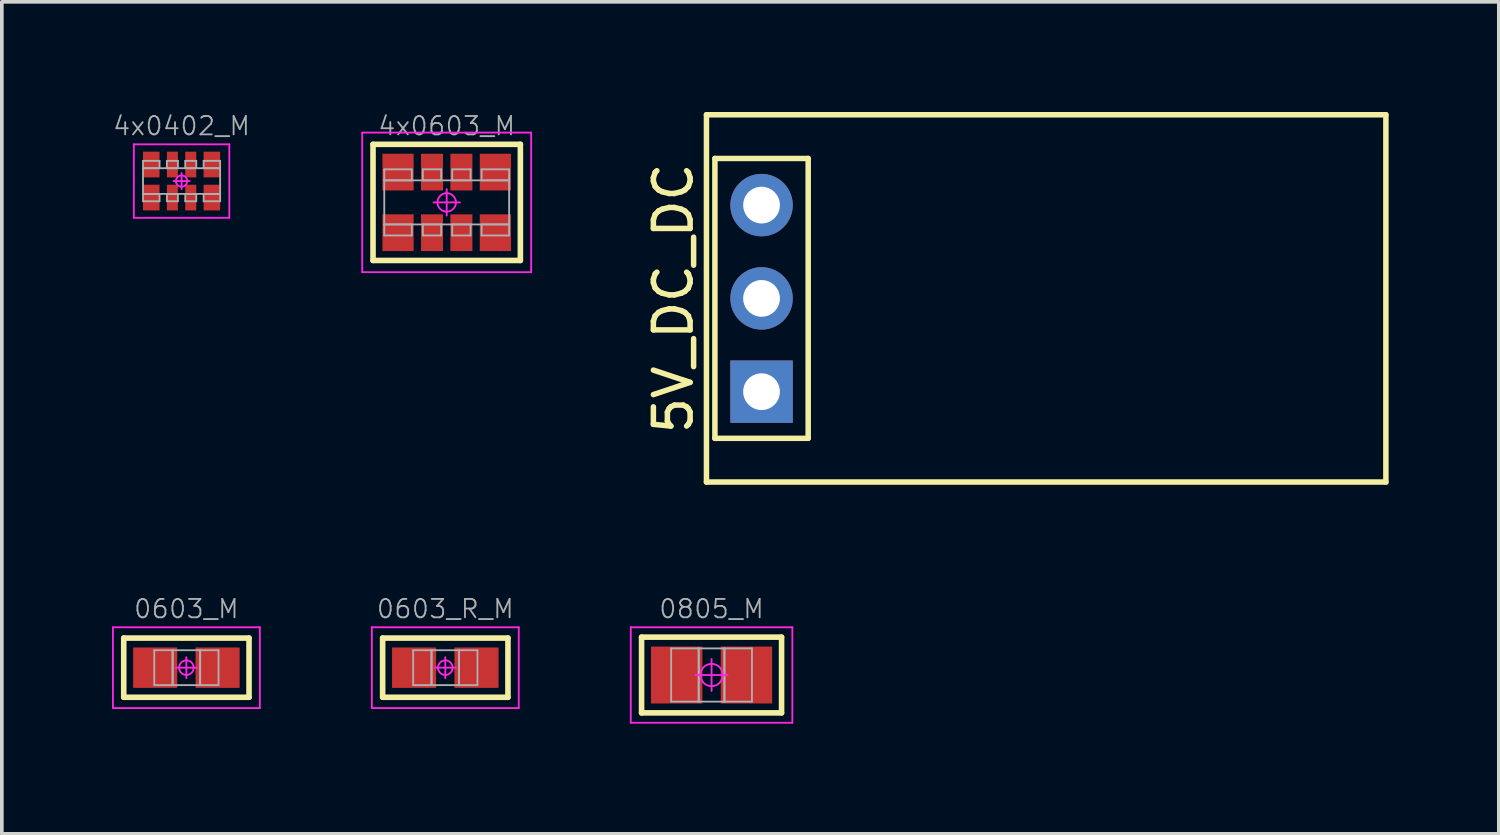
<source format=kicad_pcb>
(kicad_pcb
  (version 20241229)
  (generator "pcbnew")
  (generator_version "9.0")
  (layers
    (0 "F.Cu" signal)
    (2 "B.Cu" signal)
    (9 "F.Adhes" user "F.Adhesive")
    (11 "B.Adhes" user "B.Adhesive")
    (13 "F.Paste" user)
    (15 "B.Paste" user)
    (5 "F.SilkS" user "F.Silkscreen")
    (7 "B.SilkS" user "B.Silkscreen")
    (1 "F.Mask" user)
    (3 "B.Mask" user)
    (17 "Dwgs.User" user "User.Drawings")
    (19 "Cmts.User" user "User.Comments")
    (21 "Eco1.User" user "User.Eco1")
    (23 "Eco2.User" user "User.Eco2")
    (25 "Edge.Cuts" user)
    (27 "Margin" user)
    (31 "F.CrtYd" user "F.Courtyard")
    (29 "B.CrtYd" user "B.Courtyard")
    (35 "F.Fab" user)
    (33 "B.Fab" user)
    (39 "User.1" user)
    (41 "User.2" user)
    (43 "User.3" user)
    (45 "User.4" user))
  (footprint "5V_DC_DC"
    (layer "F.Cu")
    (at 17.686 5.075)
    (property "Reference" "5V_DC_DC" (at -2.4 0 90) (layer "F.SilkS") (effects (font (size 1 1) (thickness 0.15))))
    (attr through_hole)
    (fp_line (start -1.5 -5) (end -1.5 5) (stroke (width 0.15) (type solid)) (layer "F.SilkS"))
    (fp_line (start -1.5 5) (end 17 5) (stroke (width 0.15) (type solid)) (layer "F.SilkS"))
    (fp_line (start -1.27 -3.81) (end -1.27 3.81) (stroke (width 0.15) (type solid)) (layer "F.SilkS"))
    (fp_line (start -1.27 3.81) (end 1.27 3.81) (stroke (width 0.15) (type solid)) (layer "F.SilkS"))
    (fp_line (start 1.27 -3.81) (end -1.27 -3.81) (stroke (width 0.15) (type solid)) (layer "F.SilkS"))
    (fp_line (start 1.27 3.81) (end 1.27 -3.81) (stroke (width 0.15) (type solid)) (layer "F.SilkS"))
    (fp_line (start 17 -5) (end -1.5 -5) (stroke (width 0.15) (type solid)) (layer "F.SilkS"))
    (fp_line (start 17 5) (end 17 -5) (stroke (width 0.15) (type solid)) (layer "F.SilkS"))
    (pad "1" thru_hole rect (at 0 2.54) (size 1.7 1.7) (drill 1) (layers "*.Cu" "*.Mask"))
    (pad "2" thru_hole oval (at 0 0) (size 1.7 1.7) (drill 1) (layers "*.Cu" "*.Mask"))
    (pad "3" thru_hole oval (at 0 -2.54) (size 1.7 1.7) (drill 1) (layers "*.Cu" "*.Mask")))
  (footprint "0805_M"
    (layer "F.Cu")
    (at 16.325 15.33)
    (property "Reference" "0805_M" (at 0 -1.8 0) (layer "F.Fab") (effects (font (size 0.5 0.5) (thickness 0.05))))
    (attr through_hole)
    (fp_line (start -1.906 -1.031) (end 1.906 -1.031) (stroke (width 0.152) (type solid)) (layer "F.SilkS"))
    (fp_line (start -1.906 1.031) (end -1.906 -1.031) (stroke (width 0.152) (type solid)) (layer "F.SilkS"))
    (fp_line (start 1.906 -1.031) (end 1.906 1.031) (stroke (width 0.152) (type solid)) (layer "F.SilkS"))
    (fp_line (start 1.906 1.031) (end -1.906 1.031) (stroke (width 0.152) (type solid)) (layer "F.SilkS"))
    (fp_line (start -2.2 -1.3) (end 2.2 -1.3) (stroke (width 0.05) (type solid)) (layer "F.CrtYd"))
    (fp_line (start -2.2 1.3) (end -2.2 -1.3) (stroke (width 0.05) (type solid)) (layer "F.CrtYd"))
    (fp_line (start -0.435 0) (end 0.435 0) (stroke (width 0.05) (type solid)) (layer "F.CrtYd"))
    (fp_line (start 0 0.435) (end 0 -0.435) (stroke (width 0.05) (type solid)) (layer "F.CrtYd"))
    (fp_line (start 2.2 -1.3) (end 2.2 1.3) (stroke (width 0.05) (type solid)) (layer "F.CrtYd"))
    (fp_line (start 2.2 1.3) (end -2.2 1.3) (stroke (width 0.05) (type solid)) (layer "F.CrtYd"))
    (fp_circle (center 0 0) (end 0.304 0) (stroke (width 0.05) (type solid)) (fill no) (layer "F.CrtYd"))
    (fp_line (start -1.1 -0.725) (end -0.35 -0.725) (stroke (width 0.05) (type solid)) (layer "F.Fab"))
    (fp_line (start -1.1 0.725) (end -1.1 -0.725) (stroke (width 0.05) (type solid)) (layer "F.Fab"))
    (fp_line (start -0.35 -0.725) (end -0.35 0.725) (stroke (width 0.05) (type solid)) (layer "F.Fab"))
    (fp_line (start -0.35 -0.725) (end 0.35 -0.725) (stroke (width 0.05) (type solid)) (layer "F.Fab"))
    (fp_line (start -0.35 0.725) (end -1.1 0.725) (stroke (width 0.05) (type solid)) (layer "F.Fab"))
    (fp_line (start -0.35 0.725) (end -0.35 -0.725) (stroke (width 0.05) (type solid)) (layer "F.Fab"))
    (fp_line (start 0.35 -0.725) (end 0.35 0.725) (stroke (width 0.05) (type solid)) (layer "F.Fab"))
    (fp_line (start 0.35 -0.725) (end 1.1 -0.725) (stroke (width 0.05) (type solid)) (layer "F.Fab"))
    (fp_line (start 0.35 0.725) (end -0.35 0.725) (stroke (width 0.05) (type solid)) (layer "F.Fab"))
    (fp_line (start 0.35 0.725) (end 0.35 -0.725) (stroke (width 0.05) (type solid)) (layer "F.Fab"))
    (fp_line (start 1.1 -0.725) (end 1.1 0.725) (stroke (width 0.05) (type solid)) (layer "F.Fab"))
    (fp_line (start 1.1 0.725) (end 0.35 0.725) (stroke (width 0.05) (type solid)) (layer "F.Fab"))
    (pad "1" smd rect (at -0.95 0) (size 1.4 1.55) (layers "F.Cu" "F.Mask" "F.Paste"))
    (pad "2" smd rect (at 0.95 0) (size 1.4 1.55) (layers "F.Cu" "F.Mask" "F.Paste")))
  (footprint "0603_R_M"
    (layer "F.Cu")
    (at 9.075 15.13)
    (property "Reference" "0603_R_M" (at 0 -1.6 0) (layer "F.Fab") (effects (font (size 0.5 0.5) (thickness 0.05))))
    (attr through_hole)
    (fp_line (start -1.706 -0.806) (end 1.706 -0.806) (stroke (width 0.152) (type solid)) (layer "F.SilkS"))
    (fp_line (start -1.706 0.806) (end -1.706 -0.806) (stroke (width 0.152) (type solid)) (layer "F.SilkS"))
    (fp_line (start 1.706 -0.806) (end 1.706 0.806) (stroke (width 0.152) (type solid)) (layer "F.SilkS"))
    (fp_line (start 1.706 0.806) (end -1.706 0.806) (stroke (width 0.152) (type solid)) (layer "F.SilkS"))
    (fp_line (start -2 -1.1) (end 2 -1.1) (stroke (width 0.05) (type solid)) (layer "F.CrtYd"))
    (fp_line (start -2 1.1) (end -2 -1.1) (stroke (width 0.05) (type solid)) (layer "F.CrtYd"))
    (fp_line (start -0.285 0) (end 0.285 0) (stroke (width 0.05) (type solid)) (layer "F.CrtYd"))
    (fp_line (start 0 0.285) (end 0 -0.285) (stroke (width 0.05) (type solid)) (layer "F.CrtYd"))
    (fp_line (start 2 -1.1) (end 2 1.1) (stroke (width 0.05) (type solid)) (layer "F.CrtYd"))
    (fp_line (start 2 1.1) (end -2 1.1) (stroke (width 0.05) (type solid)) (layer "F.CrtYd"))
    (fp_circle (center 0 0) (end 0.199 0) (stroke (width 0.05) (type solid)) (fill no) (layer "F.CrtYd"))
    (fp_line (start -0.875 -0.475) (end -0.375 -0.475) (stroke (width 0.05) (type solid)) (layer "F.Fab"))
    (fp_line (start -0.875 0.475) (end -0.875 -0.475) (stroke (width 0.05) (type solid)) (layer "F.Fab"))
    (fp_line (start -0.375 -0.475) (end -0.375 0.475) (stroke (width 0.05) (type solid)) (layer "F.Fab"))
    (fp_line (start -0.375 -0.475) (end 0.375 -0.475) (stroke (width 0.05) (type solid)) (layer "F.Fab"))
    (fp_line (start -0.375 0.475) (end -0.875 0.475) (stroke (width 0.05) (type solid)) (layer "F.Fab"))
    (fp_line (start -0.375 0.475) (end -0.375 -0.475) (stroke (width 0.05) (type solid)) (layer "F.Fab"))
    (fp_line (start 0.375 -0.475) (end 0.375 0.475) (stroke (width 0.05) (type solid)) (layer "F.Fab"))
    (fp_line (start 0.375 -0.475) (end 0.875 -0.475) (stroke (width 0.05) (type solid)) (layer "F.Fab"))
    (fp_line (start 0.375 0.475) (end -0.375 0.475) (stroke (width 0.05) (type solid)) (layer "F.Fab"))
    (fp_line (start 0.375 0.475) (end 0.375 -0.475) (stroke (width 0.05) (type solid)) (layer "F.Fab"))
    (fp_line (start 0.875 -0.475) (end 0.875 0.475) (stroke (width 0.05) (type solid)) (layer "F.Fab"))
    (fp_line (start 0.875 0.475) (end 0.375 0.475) (stroke (width 0.05) (type solid)) (layer "F.Fab"))
    (pad "1" smd rect (at -0.85 0) (size 1.2 1.1) (layers "F.Cu" "F.Mask" "F.Paste"))
    (pad "2" smd rect (at 0.85 0) (size 1.2 1.1) (layers "F.Cu" "F.Mask" "F.Paste")))
  (footprint "4x0402_M"
    (layer "F.Cu")
    (at 1.894 1.88)
    (property "Reference" "4x0402_M" (at 0 -1.5 0) (layer "F.Fab") (effects (font (size 0.5 0.5) (thickness 0.05))))
    (attr through_hole)
    (fp_line (start -1.3 -1) (end 1.3 -1) (stroke (width 0.05) (type solid)) (layer "F.CrtYd"))
    (fp_line (start -1.3 1) (end -1.3 -1) (stroke (width 0.05) (type solid)) (layer "F.CrtYd"))
    (fp_line (start -0.22 0) (end 0.22 0) (stroke (width 0.05) (type solid)) (layer "F.CrtYd"))
    (fp_line (start 0 0.22) (end 0 -0.22) (stroke (width 0.05) (type solid)) (layer "F.CrtYd"))
    (fp_line (start 1.3 -1) (end 1.3 1) (stroke (width 0.05) (type solid)) (layer "F.CrtYd"))
    (fp_line (start 1.3 1) (end -1.3 1) (stroke (width 0.05) (type solid)) (layer "F.CrtYd"))
    (fp_circle (center 0 0) (end 0.154 0) (stroke (width 0.05) (type solid)) (fill no) (layer "F.CrtYd"))
    (fp_line (start -1.05 -0.55) (end -0.6 -0.55) (stroke (width 0.05) (type solid)) (layer "F.Fab"))
    (fp_line (start -1.05 -0.35) (end -1.05 -0.55) (stroke (width 0.05) (type solid)) (layer "F.Fab"))
    (fp_line (start -1.05 -0.35) (end 1.05 -0.35) (stroke (width 0.05) (type solid)) (layer "F.Fab"))
    (fp_line (start -1.05 0.35) (end -1.05 -0.35) (stroke (width 0.05) (type solid)) (layer "F.Fab"))
    (fp_line (start -1.05 0.35) (end -0.6 0.35) (stroke (width 0.05) (type solid)) (layer "F.Fab"))
    (fp_line (start -1.05 0.55) (end -1.05 0.35) (stroke (width 0.05) (type solid)) (layer "F.Fab"))
    (fp_line (start -0.6 -0.55) (end -0.6 -0.35) (stroke (width 0.05) (type solid)) (layer "F.Fab"))
    (fp_line (start -0.6 -0.35) (end -1.05 -0.35) (stroke (width 0.05) (type solid)) (layer "F.Fab"))
    (fp_line (start -0.6 0.35) (end -0.6 0.55) (stroke (width 0.05) (type solid)) (layer "F.Fab"))
    (fp_line (start -0.6 0.55) (end -1.05 0.55) (stroke (width 0.05) (type solid)) (layer "F.Fab"))
    (fp_line (start -0.4 -0.55) (end -0.1 -0.55) (stroke (width 0.05) (type solid)) (layer "F.Fab"))
    (fp_line (start -0.4 -0.35) (end -0.4 -0.55) (stroke (width 0.05) (type solid)) (layer "F.Fab"))
    (fp_line (start -0.4 0.35) (end -0.1 0.35) (stroke (width 0.05) (type solid)) (layer "F.Fab"))
    (fp_line (start -0.4 0.55) (end -0.4 0.35) (stroke (width 0.05) (type solid)) (layer "F.Fab"))
    (fp_line (start -0.1 -0.55) (end -0.1 -0.35) (stroke (width 0.05) (type solid)) (layer "F.Fab"))
    (fp_line (start -0.1 -0.35) (end -0.4 -0.35) (stroke (width 0.05) (type solid)) (layer "F.Fab"))
    (fp_line (start -0.1 0.35) (end -0.1 0.55) (stroke (width 0.05) (type solid)) (layer "F.Fab"))
    (fp_line (start -0.1 0.55) (end -0.4 0.55) (stroke (width 0.05) (type solid)) (layer "F.Fab"))
    (fp_line (start 0.1 -0.55) (end 0.4 -0.55) (stroke (width 0.05) (type solid)) (layer "F.Fab"))
    (fp_line (start 0.1 -0.35) (end 0.1 -0.55) (stroke (width 0.05) (type solid)) (layer "F.Fab"))
    (fp_line (start 0.1 0.35) (end 0.4 0.35) (stroke (width 0.05) (type solid)) (layer "F.Fab"))
    (fp_line (start 0.1 0.55) (end 0.1 0.35) (stroke (width 0.05) (type solid)) (layer "F.Fab"))
    (fp_line (start 0.4 -0.55) (end 0.4 -0.35) (stroke (width 0.05) (type solid)) (layer "F.Fab"))
    (fp_line (start 0.4 -0.35) (end 0.1 -0.35) (stroke (width 0.05) (type solid)) (layer "F.Fab"))
    (fp_line (start 0.4 0.35) (end 0.4 0.55) (stroke (width 0.05) (type solid)) (layer "F.Fab"))
    (fp_line (start 0.4 0.55) (end 0.1 0.55) (stroke (width 0.05) (type solid)) (layer "F.Fab"))
    (fp_line (start 0.6 -0.55) (end 1.05 -0.55) (stroke (width 0.05) (type solid)) (layer "F.Fab"))
    (fp_line (start 0.6 -0.35) (end 0.6 -0.55) (stroke (width 0.05) (type solid)) (layer "F.Fab"))
    (fp_line (start 0.6 0.35) (end 1.05 0.35) (stroke (width 0.05) (type solid)) (layer "F.Fab"))
    (fp_line (start 0.6 0.55) (end 0.6 0.35) (stroke (width 0.05) (type solid)) (layer "F.Fab"))
    (fp_line (start 1.05 -0.55) (end 1.05 -0.35) (stroke (width 0.05) (type solid)) (layer "F.Fab"))
    (fp_line (start 1.05 -0.35) (end 0.6 -0.35) (stroke (width 0.05) (type solid)) (layer "F.Fab"))
    (fp_line (start 1.05 -0.35) (end 1.05 0.35) (stroke (width 0.05) (type solid)) (layer "F.Fab"))
    (fp_line (start 1.05 0.35) (end -1.05 0.35) (stroke (width 0.05) (type solid)) (layer "F.Fab"))
    (fp_line (start 1.05 0.35) (end 1.05 0.55) (stroke (width 0.05) (type solid)) (layer "F.Fab"))
    (fp_line (start 1.05 0.55) (end 0.6 0.55) (stroke (width 0.05) (type solid)) (layer "F.Fab"))
    (pad "1" smd rect (at -0.825 0.45) (size 0.45 0.7) (layers "F.Cu" "F.Mask" "F.Paste"))
    (pad "2" smd rect (at -0.25 0.45) (size 0.3 0.7) (layers "F.Cu" "F.Mask" "F.Paste"))
    (pad "3" smd rect (at 0.25 0.45) (size 0.3 0.7) (layers "F.Cu" "F.Mask" "F.Paste"))
    (pad "4" smd rect (at 0.825 0.45) (size 0.45 0.7) (layers "F.Cu" "F.Mask" "F.Paste"))
    (pad "5" smd rect (at 0.825 -0.45 180) (size 0.45 0.7) (layers "F.Cu" "F.Mask" "F.Paste"))
    (pad "6" smd rect (at 0.25 -0.45 180) (size 0.3 0.7) (layers "F.Cu" "F.Mask" "F.Paste"))
    (pad "7" smd rect (at -0.25 -0.45 180) (size 0.3 0.7) (layers "F.Cu" "F.Mask" "F.Paste"))
    (pad "8" smd rect (at -0.825 -0.45 180) (size 0.45 0.7) (layers "F.Cu" "F.Mask" "F.Paste")))
  (footprint "0603_M"
    (layer "F.Cu")
    (at 2.025 15.13)
    (property "Reference" "0603_M" (at 0 -1.6 0) (layer "F.Fab") (effects (font (size 0.5 0.5) (thickness 0.05))))
    (attr through_hole)
    (fp_line (start -1.706 -0.806) (end 1.706 -0.806) (stroke (width 0.152) (type solid)) (layer "F.SilkS"))
    (fp_line (start -1.706 0.806) (end -1.706 -0.806) (stroke (width 0.152) (type solid)) (layer "F.SilkS"))
    (fp_line (start 1.706 -0.806) (end 1.706 0.806) (stroke (width 0.152) (type solid)) (layer "F.SilkS"))
    (fp_line (start 1.706 0.806) (end -1.706 0.806) (stroke (width 0.152) (type solid)) (layer "F.SilkS"))
    (fp_line (start -2 -1.1) (end 2 -1.1) (stroke (width 0.05) (type solid)) (layer "F.CrtYd"))
    (fp_line (start -2 1.1) (end -2 -1.1) (stroke (width 0.05) (type solid)) (layer "F.CrtYd"))
    (fp_line (start -0.285 0) (end 0.285 0) (stroke (width 0.05) (type solid)) (layer "F.CrtYd"))
    (fp_line (start 0 0.285) (end 0 -0.285) (stroke (width 0.05) (type solid)) (layer "F.CrtYd"))
    (fp_line (start 2 -1.1) (end 2 1.1) (stroke (width 0.05) (type solid)) (layer "F.CrtYd"))
    (fp_line (start 2 1.1) (end -2 1.1) (stroke (width 0.05) (type solid)) (layer "F.CrtYd"))
    (fp_circle (center 0 0) (end 0.199 0) (stroke (width 0.05) (type solid)) (fill no) (layer "F.CrtYd"))
    (fp_line (start -0.875 -0.475) (end -0.375 -0.475) (stroke (width 0.05) (type solid)) (layer "F.Fab"))
    (fp_line (start -0.875 0.475) (end -0.875 -0.475) (stroke (width 0.05) (type solid)) (layer "F.Fab"))
    (fp_line (start -0.375 -0.475) (end -0.375 0.475) (stroke (width 0.05) (type solid)) (layer "F.Fab"))
    (fp_line (start -0.375 -0.475) (end 0.375 -0.475) (stroke (width 0.05) (type solid)) (layer "F.Fab"))
    (fp_line (start -0.375 0.475) (end -0.875 0.475) (stroke (width 0.05) (type solid)) (layer "F.Fab"))
    (fp_line (start -0.375 0.475) (end -0.375 -0.475) (stroke (width 0.05) (type solid)) (layer "F.Fab"))
    (fp_line (start 0.375 -0.475) (end 0.375 0.475) (stroke (width 0.05) (type solid)) (layer "F.Fab"))
    (fp_line (start 0.375 -0.475) (end 0.875 -0.475) (stroke (width 0.05) (type solid)) (layer "F.Fab"))
    (fp_line (start 0.375 0.475) (end -0.375 0.475) (stroke (width 0.05) (type solid)) (layer "F.Fab"))
    (fp_line (start 0.375 0.475) (end 0.375 -0.475) (stroke (width 0.05) (type solid)) (layer "F.Fab"))
    (fp_line (start 0.875 -0.475) (end 0.875 0.475) (stroke (width 0.05) (type solid)) (layer "F.Fab"))
    (fp_line (start 0.875 0.475) (end 0.375 0.475) (stroke (width 0.05) (type solid)) (layer "F.Fab"))
    (pad "1" smd rect (at -0.85 0) (size 1.2 1.1) (layers "F.Cu" "F.Mask" "F.Paste"))
    (pad "2" smd rect (at 0.85 0) (size 1.2 1.1) (layers "F.Cu" "F.Mask" "F.Paste")))
  (footprint "4x0603_M"
    (layer "F.Cu")
    (at 9.113 2.461)
    (property "Reference" "4x0603_M" (at 0 -2.081 0) (layer "F.Fab") (effects (font (size 0.5 0.5) (thickness 0.05))))
    (attr through_hole)
    (fp_line (start -2.006 -1.581) (end 2.006 -1.581) (stroke (width 0.152) (type solid)) (layer "F.SilkS"))
    (fp_line (start -2.006 1.581) (end -2.006 -1.581) (stroke (width 0.152) (type solid)) (layer "F.SilkS"))
    (fp_line (start 2.006 -1.581) (end 2.006 1.581) (stroke (width 0.152) (type solid)) (layer "F.SilkS"))
    (fp_line (start 2.006 1.581) (end -2.006 1.581) (stroke (width 0.152) (type solid)) (layer "F.SilkS"))
    (fp_line (start -2.3 -1.9) (end 2.3 -1.9) (stroke (width 0.05) (type solid)) (layer "F.CrtYd"))
    (fp_line (start -2.3 1.9) (end -2.3 -1.9) (stroke (width 0.05) (type solid)) (layer "F.CrtYd"))
    (fp_line (start -0.36 0) (end 0.36 0) (stroke (width 0.05) (type solid)) (layer "F.CrtYd"))
    (fp_line (start 0 0.36) (end 0 -0.36) (stroke (width 0.05) (type solid)) (layer "F.CrtYd"))
    (fp_line (start 2.3 -1.9) (end 2.3 1.9) (stroke (width 0.05) (type solid)) (layer "F.CrtYd"))
    (fp_line (start 2.3 1.9) (end -2.3 1.9) (stroke (width 0.05) (type solid)) (layer "F.CrtYd"))
    (fp_circle (center 0 0) (end 0.252 0) (stroke (width 0.05) (type solid)) (fill no) (layer "F.CrtYd"))
    (fp_line (start -1.7 -0.9) (end -0.95 -0.9) (stroke (width 0.05) (type solid)) (layer "F.Fab"))
    (fp_line (start -1.7 -0.6) (end -1.7 -0.9) (stroke (width 0.05) (type solid)) (layer "F.Fab"))
    (fp_line (start -1.7 -0.6) (end 1.7 -0.6) (stroke (width 0.05) (type solid)) (layer "F.Fab"))
    (fp_line (start -1.7 0.6) (end -1.7 -0.6) (stroke (width 0.05) (type solid)) (layer "F.Fab"))
    (fp_line (start -1.7 0.6) (end -0.95 0.6) (stroke (width 0.05) (type solid)) (layer "F.Fab"))
    (fp_line (start -1.7 0.9) (end -1.7 0.6) (stroke (width 0.05) (type solid)) (layer "F.Fab"))
    (fp_line (start -0.95 -0.9) (end -0.95 -0.6) (stroke (width 0.05) (type solid)) (layer "F.Fab"))
    (fp_line (start -0.95 -0.6) (end -1.7 -0.6) (stroke (width 0.05) (type solid)) (layer "F.Fab"))
    (fp_line (start -0.95 0.6) (end -0.95 0.9) (stroke (width 0.05) (type solid)) (layer "F.Fab"))
    (fp_line (start -0.95 0.9) (end -1.7 0.9) (stroke (width 0.05) (type solid)) (layer "F.Fab"))
    (fp_line (start -0.65 -0.9) (end -0.15 -0.9) (stroke (width 0.05) (type solid)) (layer "F.Fab"))
    (fp_line (start -0.65 -0.6) (end -0.65 -0.9) (stroke (width 0.05) (type solid)) (layer "F.Fab"))
    (fp_line (start -0.65 0.6) (end -0.15 0.6) (stroke (width 0.05) (type solid)) (layer "F.Fab"))
    (fp_line (start -0.65 0.9) (end -0.65 0.6) (stroke (width 0.05) (type solid)) (layer "F.Fab"))
    (fp_line (start -0.15 -0.9) (end -0.15 -0.6) (stroke (width 0.05) (type solid)) (layer "F.Fab"))
    (fp_line (start -0.15 -0.6) (end -0.65 -0.6) (stroke (width 0.05) (type solid)) (layer "F.Fab"))
    (fp_line (start -0.15 0.6) (end -0.15 0.9) (stroke (width 0.05) (type solid)) (layer "F.Fab"))
    (fp_line (start -0.15 0.9) (end -0.65 0.9) (stroke (width 0.05) (type solid)) (layer "F.Fab"))
    (fp_line (start 0.15 -0.9) (end 0.65 -0.9) (stroke (width 0.05) (type solid)) (layer "F.Fab"))
    (fp_line (start 0.15 -0.6) (end 0.15 -0.9) (stroke (width 0.05) (type solid)) (layer "F.Fab"))
    (fp_line (start 0.15 0.6) (end 0.65 0.6) (stroke (width 0.05) (type solid)) (layer "F.Fab"))
    (fp_line (start 0.15 0.9) (end 0.15 0.6) (stroke (width 0.05) (type solid)) (layer "F.Fab"))
    (fp_line (start 0.65 -0.9) (end 0.65 -0.6) (stroke (width 0.05) (type solid)) (layer "F.Fab"))
    (fp_line (start 0.65 -0.6) (end 0.15 -0.6) (stroke (width 0.05) (type solid)) (layer "F.Fab"))
    (fp_line (start 0.65 0.6) (end 0.65 0.9) (stroke (width 0.05) (type solid)) (layer "F.Fab"))
    (fp_line (start 0.65 0.9) (end 0.15 0.9) (stroke (width 0.05) (type solid)) (layer "F.Fab"))
    (fp_line (start 0.95 -0.9) (end 1.7 -0.9) (stroke (width 0.05) (type solid)) (layer "F.Fab"))
    (fp_line (start 0.95 -0.6) (end 0.95 -0.9) (stroke (width 0.05) (type solid)) (layer "F.Fab"))
    (fp_line (start 0.95 0.6) (end 1.7 0.6) (stroke (width 0.05) (type solid)) (layer "F.Fab"))
    (fp_line (start 0.95 0.9) (end 0.95 0.6) (stroke (width 0.05) (type solid)) (layer "F.Fab"))
    (fp_line (start 1.7 -0.9) (end 1.7 -0.6) (stroke (width 0.05) (type solid)) (layer "F.Fab"))
    (fp_line (start 1.7 -0.6) (end 0.95 -0.6) (stroke (width 0.05) (type solid)) (layer "F.Fab"))
    (fp_line (start 1.7 -0.6) (end 1.7 0.6) (stroke (width 0.05) (type solid)) (layer "F.Fab"))
    (fp_line (start 1.7 0.6) (end -1.7 0.6) (stroke (width 0.05) (type solid)) (layer "F.Fab"))
    (fp_line (start 1.7 0.6) (end 1.7 0.9) (stroke (width 0.05) (type solid)) (layer "F.Fab"))
    (fp_line (start 1.7 0.9) (end 0.95 0.9) (stroke (width 0.05) (type solid)) (layer "F.Fab"))
    (pad "1" smd rect (at -1.325 0.825) (size 0.85 1) (layers "F.Cu" "F.Mask" "F.Paste"))
    (pad "2" smd rect (at -0.4 0.825) (size 0.6 1) (layers "F.Cu" "F.Mask" "F.Paste"))
    (pad "3" smd rect (at 0.4 0.825) (size 0.6 1) (layers "F.Cu" "F.Mask" "F.Paste"))
    (pad "4" smd rect (at 1.325 0.825) (size 0.85 1) (layers "F.Cu" "F.Mask" "F.Paste"))
    (pad "5" smd rect (at 1.325 -0.825 180) (size 0.85 1) (layers "F.Cu" "F.Mask" "F.Paste"))
    (pad "6" smd rect (at 0.4 -0.825 180) (size 0.6 1) (layers "F.Cu" "F.Mask" "F.Paste"))
    (pad "7" smd rect (at -0.4 -0.825 180) (size 0.6 1) (layers "F.Cu" "F.Mask" "F.Paste"))
    (pad "8" smd rect (at -1.325 -0.825 180) (size 0.85 1) (layers "F.Cu" "F.Mask" "F.Paste")))
  (gr_rect
    (start -3 -3)
    (end 37.761 19.655)
    (stroke (width 0.1) (type default))
    (fill no)
    (layer "Edge.Cuts")))
</source>
